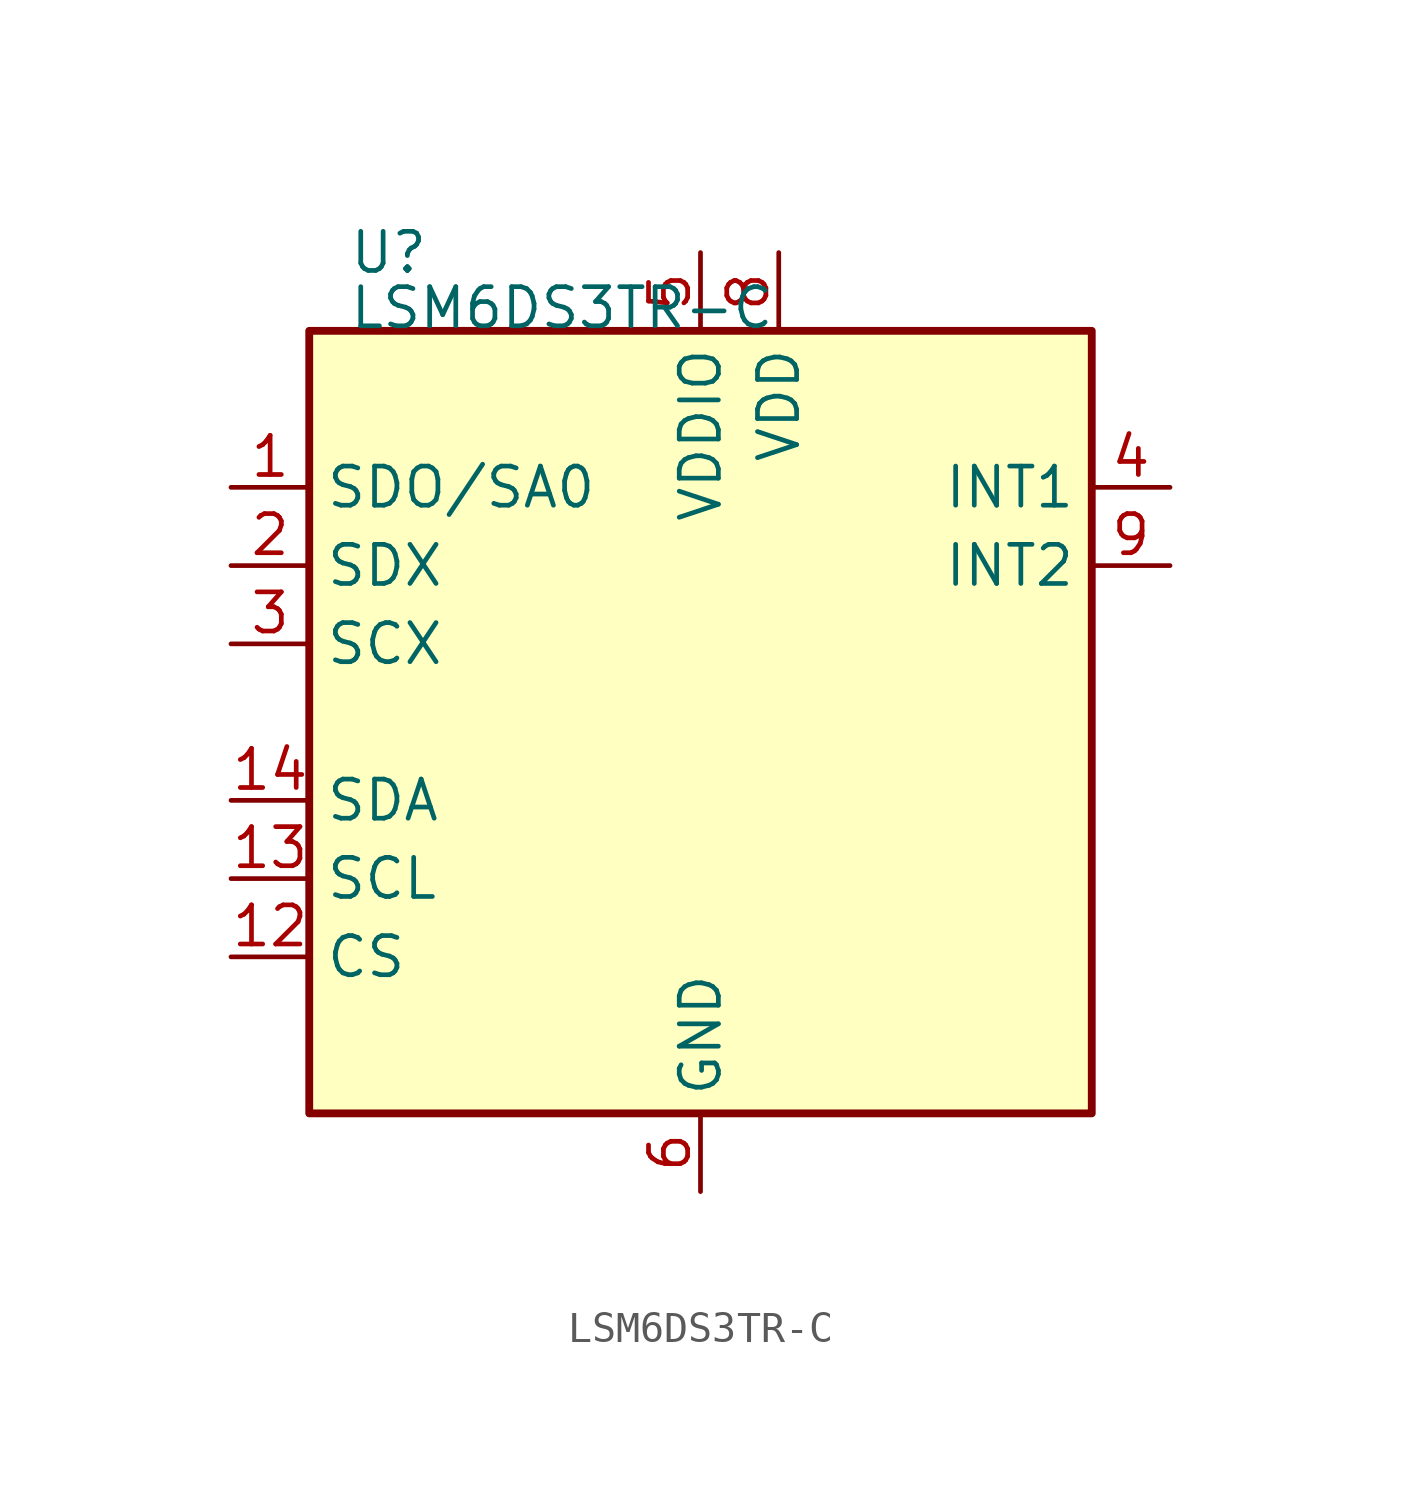
<source format=kicad_sym>
(kicad_symbol_lib
  (version 20220914)
  (generator kicad_symbol_editor)
  (symbol "LSM6DS3TR-C"
    (property "Reference" "U"
      (at -11.43 15.24 0)
      (effects (font (size 1.27 1.27)) (justify left)))
    (property "Value" "LSM6DS3TR-C"
      (at -11.43 12.7 0)
      (effects (font (size 1.27 1.27)) (justify left bottom)))
    (symbol "LSM6DS3TR-C_0_1"
      (rectangle (start -12.7 12.7) (end 12.7 -12.7) (stroke (width 0.254) (type default)) (fill (type background))))
    (symbol "LSM6DS3TR-C_1_1"
      (pin bidirectional line (at -15.24 7.62 0) (length 2.54) (name "SDO/SA0" (effects (font (size 1.27 1.27)))) (number "1" (effects (font (size 1.27 1.27)))))
      (pin no_connect line (at 12.7 -5.08 180) (length 3.81) hide (name "NC" (effects (font (size 1.27 1.27)))) (number "10" (effects (font (size 1.27 1.27)))))
      (pin no_connect line (at 12.7 -2.54 180) (length 3.81) hide (name "NC" (effects (font (size 1.27 1.27)))) (number "11" (effects (font (size 1.27 1.27)))))
      (pin input line (at -15.24 -7.62 0) (length 2.54) (name "CS" (effects (font (size 1.27 1.27)))) (number "12" (effects (font (size 1.27 1.27)))))
      (pin input line (at -15.24 -5.08 0) (length 2.54) (name "SCL" (effects (font (size 1.27 1.27)))) (number "13" (effects (font (size 1.27 1.27)))))
      (pin bidirectional line (at -15.24 -2.54 0) (length 2.54) (name "SDA" (effects (font (size 1.27 1.27)))) (number "14" (effects (font (size 1.27 1.27)))))
      (pin bidirectional line (at -15.24 5.08 0) (length 2.54) (name "SDX" (effects (font (size 1.27 1.27)))) (number "2" (effects (font (size 1.27 1.27)))))
      (pin input line (at -15.24 2.54 0) (length 2.54) (name "SCX" (effects (font (size 1.27 1.27)))) (number "3" (effects (font (size 1.27 1.27)))))
      (pin output line (at 15.24 7.62 180) (length 2.54) (name "INT1" (effects (font (size 1.27 1.27)))) (number "4" (effects (font (size 1.27 1.27)))))
      (pin power_in line (at 0 15.24 270) (length 2.54) (name "VDDIO" (effects (font (size 1.27 1.27)))) (number "5" (effects (font (size 1.27 1.27)))))
      (pin power_in line (at 0 -15.24 90) (length 2.54) (name "GND" (effects (font (size 1.27 1.27)))) (number "6" (effects (font (size 1.27 1.27)))))
      (pin passive line (at 0 -15.24 90) (length 2.54) hide (name "GND" (effects (font (size 1.27 1.27)))) (number "7" (effects (font (size 1.27 1.27)))))
      (pin power_in line (at 2.54 15.24 270) (length 2.54) (name "VDD" (effects (font (size 1.27 1.27)))) (number "8" (effects (font (size 1.27 1.27)))))
      (pin passive line (at 15.24 5.08 180) (length 2.54) (name "INT2" (effects (font (size 1.27 1.27)))) (number "9" (effects (font (size 1.27 1.27))))))))
</source>
